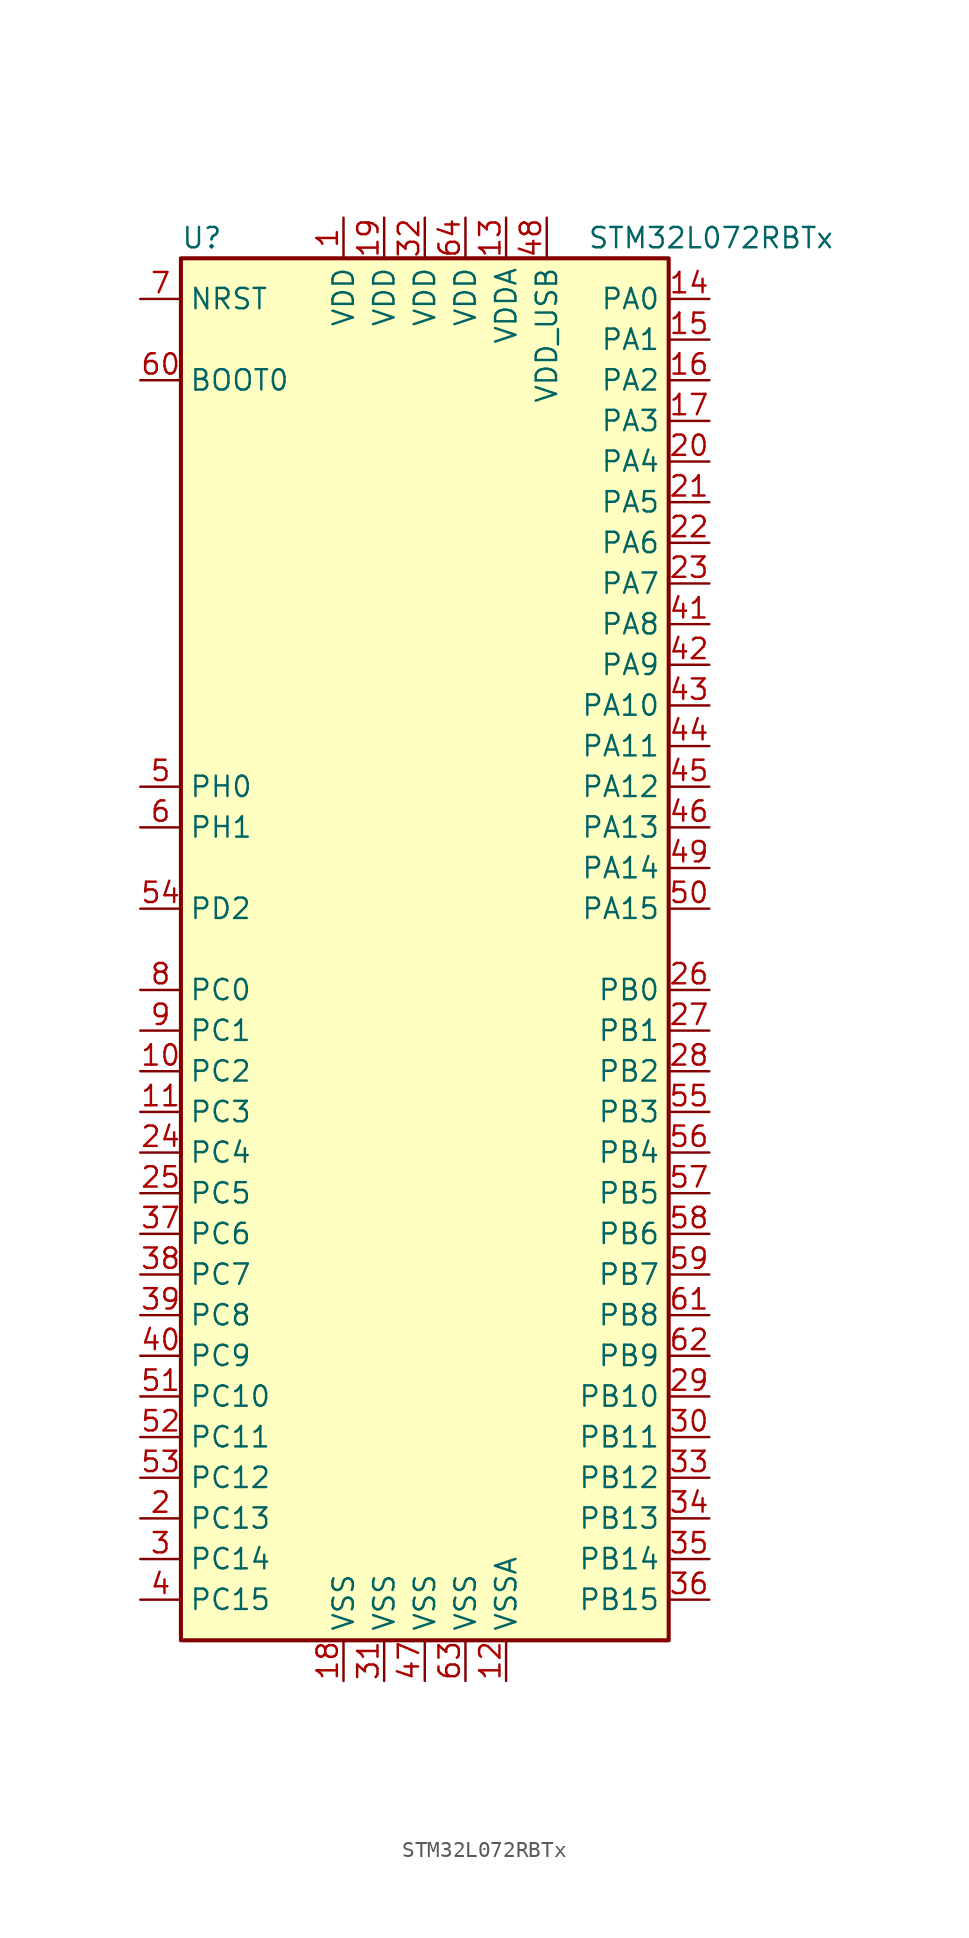
<source format=kicad_sym>
(kicad_symbol_lib
  (version 20201005)
  (generator kicad_symbol_editor)
  (symbol "STM32L072RBTx"
    (property "Reference" "U"
      (at -15.24 44.45 0)
      (effects (font (size 1.27 1.27)) (justify left)))
    (property "Value" "STM32L072RBTx"
      (at 10.16 44.45 0)
      (effects (font (size 1.27 1.27)) (justify left)))
    (symbol "STM32L072RBTx_0_1"
      (rectangle (start -15.24 -43.18) (end 15.24 43.18) (stroke (width 0.254)) (fill (type background))))
    (symbol "STM32L072RBTx_1_1"
      (pin power_in line (at -5.08 45.72 270) (length 2.54) (name "VDD" (effects (font (size 1.27 1.27)))) (number "1" (effects (font (size 1.27 1.27)))))
      (pin bidirectional line (at -17.78 -7.62 0) (length 2.54) (name "PC2" (effects (font (size 1.27 1.27)))) (number "10" (effects (font (size 1.27 1.27)))))
      (pin bidirectional line (at -17.78 -10.16 0) (length 2.54) (name "PC3" (effects (font (size 1.27 1.27)))) (number "11" (effects (font (size 1.27 1.27)))))
      (pin power_in line (at 5.08 -45.72 90) (length 2.54) (name "VSSA" (effects (font (size 1.27 1.27)))) (number "12" (effects (font (size 1.27 1.27)))))
      (pin power_in line (at 5.08 45.72 270) (length 2.54) (name "VDDA" (effects (font (size 1.27 1.27)))) (number "13" (effects (font (size 1.27 1.27)))))
      (pin bidirectional line (at 17.78 40.64 180) (length 2.54) (name "PA0" (effects (font (size 1.27 1.27)))) (number "14" (effects (font (size 1.27 1.27)))))
      (pin bidirectional line (at 17.78 38.1 180) (length 2.54) (name "PA1" (effects (font (size 1.27 1.27)))) (number "15" (effects (font (size 1.27 1.27)))))
      (pin bidirectional line (at 17.78 35.56 180) (length 2.54) (name "PA2" (effects (font (size 1.27 1.27)))) (number "16" (effects (font (size 1.27 1.27)))))
      (pin bidirectional line (at 17.78 33.02 180) (length 2.54) (name "PA3" (effects (font (size 1.27 1.27)))) (number "17" (effects (font (size 1.27 1.27)))))
      (pin power_in line (at -5.08 -45.72 90) (length 2.54) (name "VSS" (effects (font (size 1.27 1.27)))) (number "18" (effects (font (size 1.27 1.27)))))
      (pin power_in line (at -2.54 45.72 270) (length 2.54) (name "VDD" (effects (font (size 1.27 1.27)))) (number "19" (effects (font (size 1.27 1.27)))))
      (pin bidirectional line (at -17.78 -35.56 0) (length 2.54) (name "PC13" (effects (font (size 1.27 1.27)))) (number "2" (effects (font (size 1.27 1.27)))))
      (pin bidirectional line (at 17.78 30.48 180) (length 2.54) (name "PA4" (effects (font (size 1.27 1.27)))) (number "20" (effects (font (size 1.27 1.27)))))
      (pin bidirectional line (at 17.78 27.94 180) (length 2.54) (name "PA5" (effects (font (size 1.27 1.27)))) (number "21" (effects (font (size 1.27 1.27)))))
      (pin bidirectional line (at 17.78 25.4 180) (length 2.54) (name "PA6" (effects (font (size 1.27 1.27)))) (number "22" (effects (font (size 1.27 1.27)))))
      (pin bidirectional line (at 17.78 22.86 180) (length 2.54) (name "PA7" (effects (font (size 1.27 1.27)))) (number "23" (effects (font (size 1.27 1.27)))))
      (pin bidirectional line (at -17.78 -12.7 0) (length 2.54) (name "PC4" (effects (font (size 1.27 1.27)))) (number "24" (effects (font (size 1.27 1.27)))))
      (pin bidirectional line (at -17.78 -15.24 0) (length 2.54) (name "PC5" (effects (font (size 1.27 1.27)))) (number "25" (effects (font (size 1.27 1.27)))))
      (pin bidirectional line (at 17.78 -2.54 180) (length 2.54) (name "PB0" (effects (font (size 1.27 1.27)))) (number "26" (effects (font (size 1.27 1.27)))))
      (pin bidirectional line (at 17.78 -5.08 180) (length 2.54) (name "PB1" (effects (font (size 1.27 1.27)))) (number "27" (effects (font (size 1.27 1.27)))))
      (pin bidirectional line (at 17.78 -7.62 180) (length 2.54) (name "PB2" (effects (font (size 1.27 1.27)))) (number "28" (effects (font (size 1.27 1.27)))))
      (pin bidirectional line (at 17.78 -27.94 180) (length 2.54) (name "PB10" (effects (font (size 1.27 1.27)))) (number "29" (effects (font (size 1.27 1.27)))))
      (pin bidirectional line (at -17.78 -38.1 0) (length 2.54) (name "PC14" (effects (font (size 1.27 1.27)))) (number "3" (effects (font (size 1.27 1.27)))))
      (pin bidirectional line (at 17.78 -30.48 180) (length 2.54) (name "PB11" (effects (font (size 1.27 1.27)))) (number "30" (effects (font (size 1.27 1.27)))))
      (pin power_in line (at -2.54 -45.72 90) (length 2.54) (name "VSS" (effects (font (size 1.27 1.27)))) (number "31" (effects (font (size 1.27 1.27)))))
      (pin power_in line (at 0 45.72 270) (length 2.54) (name "VDD" (effects (font (size 1.27 1.27)))) (number "32" (effects (font (size 1.27 1.27)))))
      (pin bidirectional line (at 17.78 -33.02 180) (length 2.54) (name "PB12" (effects (font (size 1.27 1.27)))) (number "33" (effects (font (size 1.27 1.27)))))
      (pin bidirectional line (at 17.78 -35.56 180) (length 2.54) (name "PB13" (effects (font (size 1.27 1.27)))) (number "34" (effects (font (size 1.27 1.27)))))
      (pin bidirectional line (at 17.78 -38.1 180) (length 2.54) (name "PB14" (effects (font (size 1.27 1.27)))) (number "35" (effects (font (size 1.27 1.27)))))
      (pin bidirectional line (at 17.78 -40.64 180) (length 2.54) (name "PB15" (effects (font (size 1.27 1.27)))) (number "36" (effects (font (size 1.27 1.27)))))
      (pin bidirectional line (at -17.78 -17.78 0) (length 2.54) (name "PC6" (effects (font (size 1.27 1.27)))) (number "37" (effects (font (size 1.27 1.27)))))
      (pin bidirectional line (at -17.78 -20.32 0) (length 2.54) (name "PC7" (effects (font (size 1.27 1.27)))) (number "38" (effects (font (size 1.27 1.27)))))
      (pin bidirectional line (at -17.78 -22.86 0) (length 2.54) (name "PC8" (effects (font (size 1.27 1.27)))) (number "39" (effects (font (size 1.27 1.27)))))
      (pin bidirectional line (at -17.78 -40.64 0) (length 2.54) (name "PC15" (effects (font (size 1.27 1.27)))) (number "4" (effects (font (size 1.27 1.27)))))
      (pin bidirectional line (at -17.78 -25.4 0) (length 2.54) (name "PC9" (effects (font (size 1.27 1.27)))) (number "40" (effects (font (size 1.27 1.27)))))
      (pin bidirectional line (at 17.78 20.32 180) (length 2.54) (name "PA8" (effects (font (size 1.27 1.27)))) (number "41" (effects (font (size 1.27 1.27)))))
      (pin bidirectional line (at 17.78 17.78 180) (length 2.54) (name "PA9" (effects (font (size 1.27 1.27)))) (number "42" (effects (font (size 1.27 1.27)))))
      (pin bidirectional line (at 17.78 15.24 180) (length 2.54) (name "PA10" (effects (font (size 1.27 1.27)))) (number "43" (effects (font (size 1.27 1.27)))))
      (pin bidirectional line (at 17.78 12.7 180) (length 2.54) (name "PA11" (effects (font (size 1.27 1.27)))) (number "44" (effects (font (size 1.27 1.27)))))
      (pin bidirectional line (at 17.78 10.16 180) (length 2.54) (name "PA12" (effects (font (size 1.27 1.27)))) (number "45" (effects (font (size 1.27 1.27)))))
      (pin bidirectional line (at 17.78 7.62 180) (length 2.54) (name "PA13" (effects (font (size 1.27 1.27)))) (number "46" (effects (font (size 1.27 1.27)))))
      (pin power_in line (at 0 -45.72 90) (length 2.54) (name "VSS" (effects (font (size 1.27 1.27)))) (number "47" (effects (font (size 1.27 1.27)))))
      (pin power_in line (at 7.62 45.72 270) (length 2.54) (name "VDD_USB" (effects (font (size 1.27 1.27)))) (number "48" (effects (font (size 1.27 1.27)))))
      (pin bidirectional line (at 17.78 5.08 180) (length 2.54) (name "PA14" (effects (font (size 1.27 1.27)))) (number "49" (effects (font (size 1.27 1.27)))))
      (pin input line (at -17.78 10.16 0) (length 2.54) (name "PH0" (effects (font (size 1.27 1.27)))) (number "5" (effects (font (size 1.27 1.27)))))
      (pin bidirectional line (at 17.78 2.54 180) (length 2.54) (name "PA15" (effects (font (size 1.27 1.27)))) (number "50" (effects (font (size 1.27 1.27)))))
      (pin bidirectional line (at -17.78 -27.94 0) (length 2.54) (name "PC10" (effects (font (size 1.27 1.27)))) (number "51" (effects (font (size 1.27 1.27)))))
      (pin bidirectional line (at -17.78 -30.48 0) (length 2.54) (name "PC11" (effects (font (size 1.27 1.27)))) (number "52" (effects (font (size 1.27 1.27)))))
      (pin bidirectional line (at -17.78 -33.02 0) (length 2.54) (name "PC12" (effects (font (size 1.27 1.27)))) (number "53" (effects (font (size 1.27 1.27)))))
      (pin bidirectional line (at -17.78 2.54 0) (length 2.54) (name "PD2" (effects (font (size 1.27 1.27)))) (number "54" (effects (font (size 1.27 1.27)))))
      (pin bidirectional line (at 17.78 -10.16 180) (length 2.54) (name "PB3" (effects (font (size 1.27 1.27)))) (number "55" (effects (font (size 1.27 1.27)))))
      (pin bidirectional line (at 17.78 -12.7 180) (length 2.54) (name "PB4" (effects (font (size 1.27 1.27)))) (number "56" (effects (font (size 1.27 1.27)))))
      (pin bidirectional line (at 17.78 -15.24 180) (length 2.54) (name "PB5" (effects (font (size 1.27 1.27)))) (number "57" (effects (font (size 1.27 1.27)))))
      (pin bidirectional line (at 17.78 -17.78 180) (length 2.54) (name "PB6" (effects (font (size 1.27 1.27)))) (number "58" (effects (font (size 1.27 1.27)))))
      (pin bidirectional line (at 17.78 -20.32 180) (length 2.54) (name "PB7" (effects (font (size 1.27 1.27)))) (number "59" (effects (font (size 1.27 1.27)))))
      (pin input line (at -17.78 7.62 0) (length 2.54) (name "PH1" (effects (font (size 1.27 1.27)))) (number "6" (effects (font (size 1.27 1.27)))))
      (pin input line (at -17.78 35.56 0) (length 2.54) (name "BOOT0" (effects (font (size 1.27 1.27)))) (number "60" (effects (font (size 1.27 1.27)))))
      (pin bidirectional line (at 17.78 -22.86 180) (length 2.54) (name "PB8" (effects (font (size 1.27 1.27)))) (number "61" (effects (font (size 1.27 1.27)))))
      (pin bidirectional line (at 17.78 -25.4 180) (length 2.54) (name "PB9" (effects (font (size 1.27 1.27)))) (number "62" (effects (font (size 1.27 1.27)))))
      (pin power_in line (at 2.54 -45.72 90) (length 2.54) (name "VSS" (effects (font (size 1.27 1.27)))) (number "63" (effects (font (size 1.27 1.27)))))
      (pin power_in line (at 2.54 45.72 270) (length 2.54) (name "VDD" (effects (font (size 1.27 1.27)))) (number "64" (effects (font (size 1.27 1.27)))))
      (pin input line (at -17.78 40.64 0) (length 2.54) (name "NRST" (effects (font (size 1.27 1.27)))) (number "7" (effects (font (size 1.27 1.27)))))
      (pin bidirectional line (at -17.78 -2.54 0) (length 2.54) (name "PC0" (effects (font (size 1.27 1.27)))) (number "8" (effects (font (size 1.27 1.27)))))
      (pin bidirectional line (at -17.78 -5.08 0) (length 2.54) (name "PC1" (effects (font (size 1.27 1.27)))) (number "9" (effects (font (size 1.27 1.27))))))))
</source>
